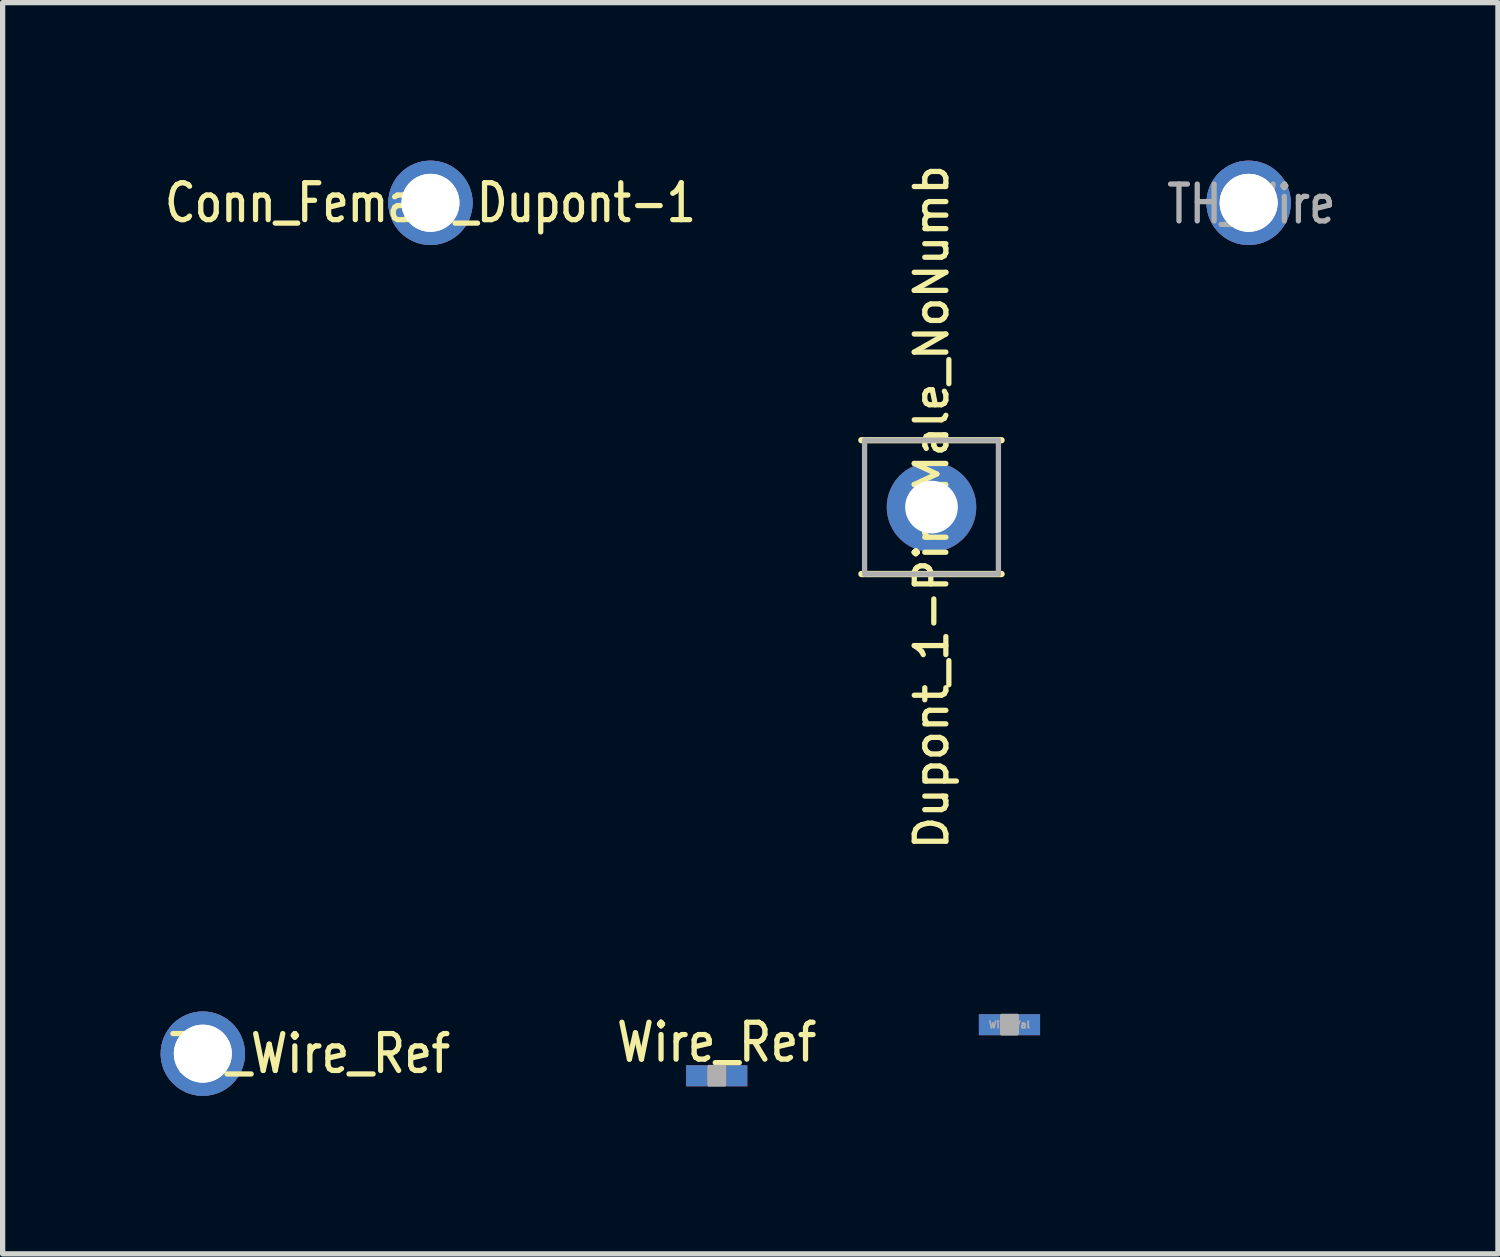
<source format=kicad_pcb>
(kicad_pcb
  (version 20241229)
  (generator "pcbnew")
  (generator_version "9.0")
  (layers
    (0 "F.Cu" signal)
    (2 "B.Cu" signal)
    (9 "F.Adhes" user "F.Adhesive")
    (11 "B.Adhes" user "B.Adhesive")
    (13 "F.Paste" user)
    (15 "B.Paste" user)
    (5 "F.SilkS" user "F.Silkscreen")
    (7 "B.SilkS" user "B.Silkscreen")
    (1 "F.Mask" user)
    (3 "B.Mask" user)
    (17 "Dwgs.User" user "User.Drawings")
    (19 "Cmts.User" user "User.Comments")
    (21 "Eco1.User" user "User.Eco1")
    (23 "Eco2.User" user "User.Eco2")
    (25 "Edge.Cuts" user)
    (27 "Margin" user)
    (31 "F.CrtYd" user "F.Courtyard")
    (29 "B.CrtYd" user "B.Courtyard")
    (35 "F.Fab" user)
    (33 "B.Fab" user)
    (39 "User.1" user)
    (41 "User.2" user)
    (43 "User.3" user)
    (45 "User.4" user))
  (footprint "TH_Wire_Ref"
    (layer "F.Cu")
    (at 0.8 16.951)
    (property "Reference" "TH_Wire_Ref" (at 2.032 0 0) (layer "F.SilkS") (effects (font (size 0.7 0.6) (thickness 0.1))))
    (attr through_hole)
    (pad "1" thru_hole circle (at 0 0) (size 1.6 1.6) (drill 1.1) (layers "*.Mask" "B.Cu"))
    (pad "2" thru_hole circle (at 0 0) (size 1.6 1.6) (drill 1.1) (layers "*.Mask" "F.Cu")))
  (footprint "Conn_Female_Dupont-1"
    (layer "F.Cu")
    (at 5.121 0.8)
    (property "Reference" "Conn_Female_Dupont-1" (at 0 0 0) (layer "F.SilkS") (effects (font (size 0.7 0.56) (thickness 0.1))))
    (attr through_hole)
    (pad "1" thru_hole circle (at 0 0) (size 1.6 1.6) (drill 1.1) (layers "*.Mask" "B.Cu"))
    (pad "2" thru_hole circle (at 0 0) (size 1.6 1.6) (drill 1.1) (layers "*.Mask" "F.Cu")))
  (footprint "Wire_Val"
    (layer "F.Cu")
    (at 16.112 16.401)
    (property "Reference" "Wire_Val" (at 0 0 0) (layer "F.Fab") (effects (font (size 0.127 0.127) (thickness 0.032))))
    (attr through_hole)
    (fp_line (start -0.152 -0.178) (end 0.152 -0.178) (stroke (width 0.06) (type solid)) (layer "F.Fab"))
    (fp_line (start -0.152 -0.152) (end 0.152 -0.152) (stroke (width 0.06) (type solid)) (layer "F.Fab"))
    (fp_line (start -0.152 -0.127) (end 0.152 -0.127) (stroke (width 0.06) (type solid)) (layer "F.Fab"))
    (fp_line (start -0.152 -0.102) (end 0.152 -0.102) (stroke (width 0.06) (type solid)) (layer "F.Fab"))
    (fp_line (start -0.152 -0.076) (end 0.152 -0.076) (stroke (width 0.06) (type solid)) (layer "F.Fab"))
    (fp_line (start -0.152 -0.051) (end 0.152 -0.051) (stroke (width 0.06) (type solid)) (layer "F.Fab"))
    (fp_line (start -0.152 -0.025) (end 0.152 -0.025) (stroke (width 0.06) (type solid)) (layer "F.Fab"))
    (fp_line (start -0.152 0) (end 0.152 0) (stroke (width 0.06) (type solid)) (layer "F.Fab"))
    (fp_line (start -0.152 0.025) (end 0.152 0.025) (stroke (width 0.06) (type solid)) (layer "F.Fab"))
    (fp_line (start -0.152 0.051) (end 0.152 0.051) (stroke (width 0.06) (type solid)) (layer "F.Fab"))
    (fp_line (start -0.152 0.076) (end 0.152 0.076) (stroke (width 0.06) (type solid)) (layer "F.Fab"))
    (fp_line (start -0.152 0.102) (end 0.152 0.102) (stroke (width 0.06) (type solid)) (layer "F.Fab"))
    (fp_line (start -0.152 0.127) (end 0.152 0.127) (stroke (width 0.06) (type solid)) (layer "F.Fab"))
    (fp_line (start -0.152 0.152) (end 0.152 0.152) (stroke (width 0.06) (type solid)) (layer "F.Fab"))
    (fp_line (start -0.152 0.178) (end 0.152 0.178) (stroke (width 0.06) (type solid)) (layer "F.Fab"))
    (pad "1" thru_hole rect (at -0.381 0) (size 0.4 0.4) (drill 0.0001) (layers "*.Cu" "*.Mask"))
    (pad "2" thru_hole rect (at 0.381 0) (size 0.4 0.4) (drill 0.0001) (layers "*.Cu" "*.Mask")))
  (footprint "Wire_Ref"
    (layer "F.Cu")
    (at 10.555 17.371)
    (property "Reference" "Wire_Ref" (at 0 -0.635 0) (layer "F.SilkS") (effects (font (size 0.7 0.6) (thickness 0.1))))
    (attr through_hole)
    (fp_line (start -0.152 -0.178) (end 0.152 -0.178) (stroke (width 0.06) (type solid)) (layer "F.Fab"))
    (fp_line (start -0.152 -0.152) (end 0.152 -0.152) (stroke (width 0.06) (type solid)) (layer "F.Fab"))
    (fp_line (start -0.152 -0.127) (end 0.152 -0.127) (stroke (width 0.06) (type solid)) (layer "F.Fab"))
    (fp_line (start -0.152 -0.102) (end 0.152 -0.102) (stroke (width 0.06) (type solid)) (layer "F.Fab"))
    (fp_line (start -0.152 -0.076) (end 0.152 -0.076) (stroke (width 0.06) (type solid)) (layer "F.Fab"))
    (fp_line (start -0.152 -0.051) (end 0.152 -0.051) (stroke (width 0.06) (type solid)) (layer "F.Fab"))
    (fp_line (start -0.152 -0.025) (end 0.152 -0.025) (stroke (width 0.06) (type solid)) (layer "F.Fab"))
    (fp_line (start -0.152 0) (end 0.152 0) (stroke (width 0.06) (type solid)) (layer "F.Fab"))
    (fp_line (start -0.152 0.025) (end 0.152 0.025) (stroke (width 0.06) (type solid)) (layer "F.Fab"))
    (fp_line (start -0.152 0.051) (end 0.152 0.051) (stroke (width 0.06) (type solid)) (layer "F.Fab"))
    (fp_line (start -0.152 0.076) (end 0.152 0.076) (stroke (width 0.06) (type solid)) (layer "F.Fab"))
    (fp_line (start -0.152 0.102) (end 0.152 0.102) (stroke (width 0.06) (type solid)) (layer "F.Fab"))
    (fp_line (start -0.152 0.127) (end 0.152 0.127) (stroke (width 0.06) (type solid)) (layer "F.Fab"))
    (fp_line (start -0.152 0.152) (end 0.152 0.152) (stroke (width 0.06) (type solid)) (layer "F.Fab"))
    (fp_line (start -0.152 0.178) (end 0.152 0.178) (stroke (width 0.06) (type solid)) (layer "F.Fab"))
    (pad "1" thru_hole rect (at -0.381 0) (size 0.4 0.4) (drill 0.0001) (layers "*.Cu" "*.Mask"))
    (pad "2" thru_hole rect (at 0.381 0) (size 0.4 0.4) (drill 0.0001) (layers "*.Cu" "*.Mask")))
  (footprint "Dupont_1-Pin_Male_NoNumb"
    (layer "F.Cu")
    (at 14.632 6.576)
    (property "Reference" "Dupont_1-Pin_Male_NoNumb" (at 0 0 90) (layer "F.SilkS") (effects (font (size 0.6 0.6) (thickness 0.1))))
    (attr through_hole)
    (fp_line (start -1.331 -1.27) (end 1.329 -1.27) (stroke (width 0.12) (type solid)) (layer "F.SilkS"))
    (fp_line (start -1.33 1.27) (end 1.33 1.27) (stroke (width 0.12) (type solid)) (layer "F.SilkS"))
    (fp_line (start -1.27 -1.27) (end 1.27 -1.27) (stroke (width 0.1) (type solid)) (layer "F.Fab"))
    (fp_line (start -1.27 1.27) (end -1.27 -1.27) (stroke (width 0.1) (type solid)) (layer "F.Fab"))
    (fp_line (start 1.27 -1.27) (end 1.27 1.27) (stroke (width 0.1) (type solid)) (layer "F.Fab"))
    (fp_line (start 1.27 1.27) (end -1.27 1.27) (stroke (width 0.1) (type solid)) (layer "F.Fab"))
    (pad "~" thru_hole circle (at 0 0) (size 1.7 1.7) (drill 1) (layers "*.Cu" "*.Mask")))
  (footprint "TH_Wire"
    (layer "F.Cu")
    (at 20.652 0.8)
    (property "Reference" "TH_Wire" (at 0.051 0.025 0) (layer "F.Fab") (effects (font (size 0.7 0.56) (thickness 0.1))))
    (attr through_hole)
    (pad "1" thru_hole circle (at 0 0) (size 1.6 1.6) (drill 1.1) (layers "*.Mask" "B.Cu"))
    (pad "2" thru_hole circle (at 0 0) (size 1.6 1.6) (drill 1.1) (layers "*.Mask" "F.Cu")))
  (gr_rect
    (start -3 -3)
    (end 25.384 20.751)
    (stroke (width 0.1) (type default))
    (fill no)
    (layer "Edge.Cuts")))
</source>
